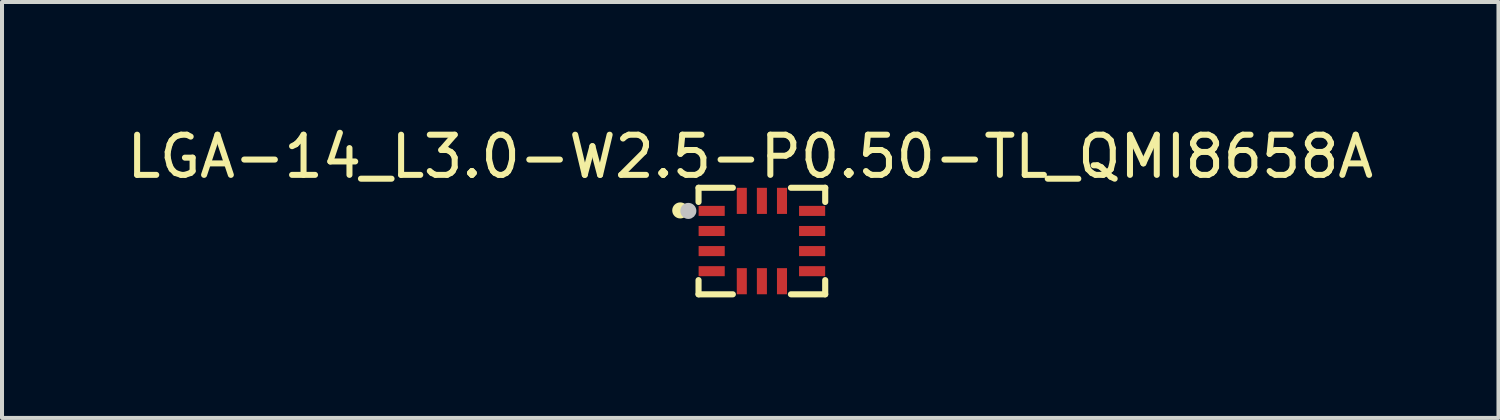
<source format=kicad_pcb>
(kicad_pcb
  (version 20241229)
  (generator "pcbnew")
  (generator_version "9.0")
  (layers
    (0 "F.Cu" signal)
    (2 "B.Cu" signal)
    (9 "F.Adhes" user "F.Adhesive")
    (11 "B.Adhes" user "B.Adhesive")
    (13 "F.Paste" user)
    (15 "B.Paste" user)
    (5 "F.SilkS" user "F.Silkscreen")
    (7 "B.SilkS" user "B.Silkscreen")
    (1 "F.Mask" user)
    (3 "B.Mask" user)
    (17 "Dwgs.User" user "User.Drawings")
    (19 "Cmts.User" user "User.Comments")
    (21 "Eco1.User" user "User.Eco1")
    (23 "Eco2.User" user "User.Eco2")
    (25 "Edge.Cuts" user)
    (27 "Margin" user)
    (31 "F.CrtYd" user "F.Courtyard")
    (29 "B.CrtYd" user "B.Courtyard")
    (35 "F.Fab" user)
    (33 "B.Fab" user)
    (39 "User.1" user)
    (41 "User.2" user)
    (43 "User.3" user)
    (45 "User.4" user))
  (footprint "LGA-14_L3.0-W2.5-P0.50-TL_QMI8658A"
    (layer "F.Cu")
    (at 15.915 2.95)
    (property "Reference" "LGA-14_L3.0-W2.5-P0.50-TL_QMI8658A" (at -0.29 -2.102 0) (layer "F.SilkS") (effects (font (size 1 1) (thickness 0.15))))
    (fp_line (start -1.577 -1.326) (end -0.723 -1.326) (stroke (width 0.152) (type default)) (layer "F.SilkS"))
    (fp_line (start -1.577 -0.973) (end -1.577 -1.326) (stroke (width 0.152) (type default)) (layer "F.SilkS"))
    (fp_line (start -1.577 0.973) (end -1.577 1.326) (stroke (width 0.152) (type default)) (layer "F.SilkS"))
    (fp_line (start -1.577 1.326) (end -0.723 1.326) (stroke (width 0.152) (type default)) (layer "F.SilkS"))
    (fp_line (start 1.576 -1.326) (end 0.723 -1.326) (stroke (width 0.152) (type default)) (layer "F.SilkS"))
    (fp_line (start 1.576 -0.973) (end 1.576 -1.326) (stroke (width 0.152) (type default)) (layer "F.SilkS"))
    (fp_line (start 1.576 0.973) (end 1.576 1.326) (stroke (width 0.152) (type default)) (layer "F.SilkS"))
    (fp_line (start 1.576 1.326) (end 0.723 1.326) (stroke (width 0.152) (type default)) (layer "F.SilkS"))
    (fp_circle (center -2.032 -0.762) (end -1.932 -0.762) (stroke (width 0.2) (type default)) (fill no) (layer "F.SilkS"))
    (fp_circle (center -1.831 -0.75) (end -1.731 -0.75) (stroke (width 0.2) (type default)) (fill no) (layer "Dwgs.User"))
    (fp_poly (pts (xy -1.4 -0.875) (xy -0.925 -0.875) (xy -0.925 -0.625) (xy -1.4 -0.625)) (stroke (width 0.1) (type default)) (fill no) (layer "User.1"))
    (fp_poly (pts (xy -1.4 -0.375) (xy -0.925 -0.375) (xy -0.925 -0.125) (xy -1.4 -0.125)) (stroke (width 0.1) (type default)) (fill no) (layer "User.1"))
    (fp_poly (pts (xy -1.4 0.125) (xy -0.925 0.125) (xy -0.925 0.375) (xy -1.4 0.375)) (stroke (width 0.1) (type default)) (fill no) (layer "User.1"))
    (fp_poly (pts (xy -1.4 0.625) (xy -0.925 0.625) (xy -0.925 0.875) (xy -1.4 0.875)) (stroke (width 0.1) (type default)) (fill no) (layer "User.1"))
    (fp_poly (pts (xy -0.625 -1.15) (xy -0.375 -1.15) (xy -0.375 -0.675) (xy -0.625 -0.675)) (stroke (width 0.1) (type default)) (fill no) (layer "User.1"))
    (fp_poly (pts (xy -0.625 0.675) (xy -0.375 0.675) (xy -0.375 1.15) (xy -0.625 1.15)) (stroke (width 0.1) (type default)) (fill no) (layer "User.1"))
    (fp_poly (pts (xy -0.125 -1.15) (xy 0.125 -1.15) (xy 0.125 -0.675) (xy -0.125 -0.675)) (stroke (width 0.1) (type default)) (fill no) (layer "User.1"))
    (fp_poly (pts (xy -0.125 0.675) (xy 0.125 0.675) (xy 0.125 1.15) (xy -0.125 1.15)) (stroke (width 0.1) (type default)) (fill no) (layer "User.1"))
    (fp_poly (pts (xy 0.375 -1.15) (xy 0.625 -1.15) (xy 0.625 -0.675) (xy 0.375 -0.675)) (stroke (width 0.1) (type default)) (fill no) (layer "User.1"))
    (fp_poly (pts (xy 0.375 0.675) (xy 0.625 0.675) (xy 0.625 1.15) (xy 0.375 1.15)) (stroke (width 0.1) (type default)) (fill no) (layer "User.1"))
    (fp_poly (pts (xy 0.925 -0.875) (xy 1.4 -0.875) (xy 1.4 -0.625) (xy 0.925 -0.625)) (stroke (width 0.1) (type default)) (fill no) (layer "User.1"))
    (fp_poly (pts (xy 0.925 -0.375) (xy 1.4 -0.375) (xy 1.4 -0.125) (xy 0.925 -0.125)) (stroke (width 0.1) (type default)) (fill no) (layer "User.1"))
    (fp_poly (pts (xy 0.925 0.125) (xy 1.4 0.125) (xy 1.4 0.375) (xy 0.925 0.375)) (stroke (width 0.1) (type default)) (fill no) (layer "User.1"))
    (fp_poly (pts (xy 0.925 0.625) (xy 1.4 0.625) (xy 1.4 0.875) (xy 0.925 0.875)) (stroke (width 0.1) (type default)) (fill no) (layer "User.1"))
    (fp_line (start -1.5 -1.25) (end -1.5 1.25) (stroke (width 0.051) (type default)) (layer "User.2"))
    (fp_line (start -1.5 1.25) (end 1.5 1.25) (stroke (width 0.051) (type default)) (layer "User.2"))
    (fp_line (start 1.5 -1.25) (end -1.5 -1.25) (stroke (width 0.051) (type default)) (layer "User.2"))
    (fp_line (start 1.5 1.25) (end 1.5 -1.25) (stroke (width 0.051) (type default)) (layer "User.2"))
    (fp_poly (pts (xy -1.445 -1.273) (xy -1.477 -1.305) (xy -1.523 -1.305) (xy -1.555 -1.273) (xy -1.555 -1.227) (xy -1.523 -1.195) (xy -1.477 -1.195) (xy -1.445 -1.227)) (stroke (width 0.1) (type default)) (fill no) (layer "User.3"))
    (pad "1" smd rect (at -1.25 -0.75) (size 0.65 0.25) (layers "F.Cu" "F.Mask" "F.Paste"))
    (pad "2" smd rect (at -1.25 -0.25) (size 0.65 0.25) (layers "F.Cu" "F.Mask" "F.Paste"))
    (pad "3" smd rect (at -1.25 0.25) (size 0.65 0.25) (layers "F.Cu" "F.Mask" "F.Paste"))
    (pad "4" smd rect (at -1.25 0.75) (size 0.65 0.25) (layers "F.Cu" "F.Mask" "F.Paste"))
    (pad "5" smd rect (at -0.5 1) (size 0.25 0.65) (layers "F.Cu" "F.Mask" "F.Paste"))
    (pad "6" smd rect (at 0 1) (size 0.25 0.65) (layers "F.Cu" "F.Mask" "F.Paste"))
    (pad "7" smd rect (at 0.5 1) (size 0.25 0.65) (layers "F.Cu" "F.Mask" "F.Paste"))
    (pad "8" smd rect (at 1.25 0.75) (size 0.65 0.25) (layers "F.Cu" "F.Mask" "F.Paste"))
    (pad "9" smd rect (at 1.25 0.25) (size 0.65 0.25) (layers "F.Cu" "F.Mask" "F.Paste"))
    (pad "10" smd rect (at 1.25 -0.25) (size 0.65 0.25) (layers "F.Cu" "F.Mask" "F.Paste"))
    (pad "11" smd rect (at 1.25 -0.75) (size 0.65 0.25) (layers "F.Cu" "F.Mask" "F.Paste"))
    (pad "12" smd rect (at 0.5 -1) (size 0.25 0.65) (layers "F.Cu" "F.Mask" "F.Paste"))
    (pad "13" smd rect (at 0 -1) (size 0.25 0.65) (layers "F.Cu" "F.Mask" "F.Paste"))
    (pad "14" smd rect (at -0.5 -1) (size 0.25 0.65) (layers "F.Cu" "F.Mask" "F.Paste")))
  (gr_rect
    (start -3 -3)
    (end 34.25 7.353)
    (stroke (width 0.1) (type default))
    (fill no)
    (layer "Edge.Cuts")))
</source>
